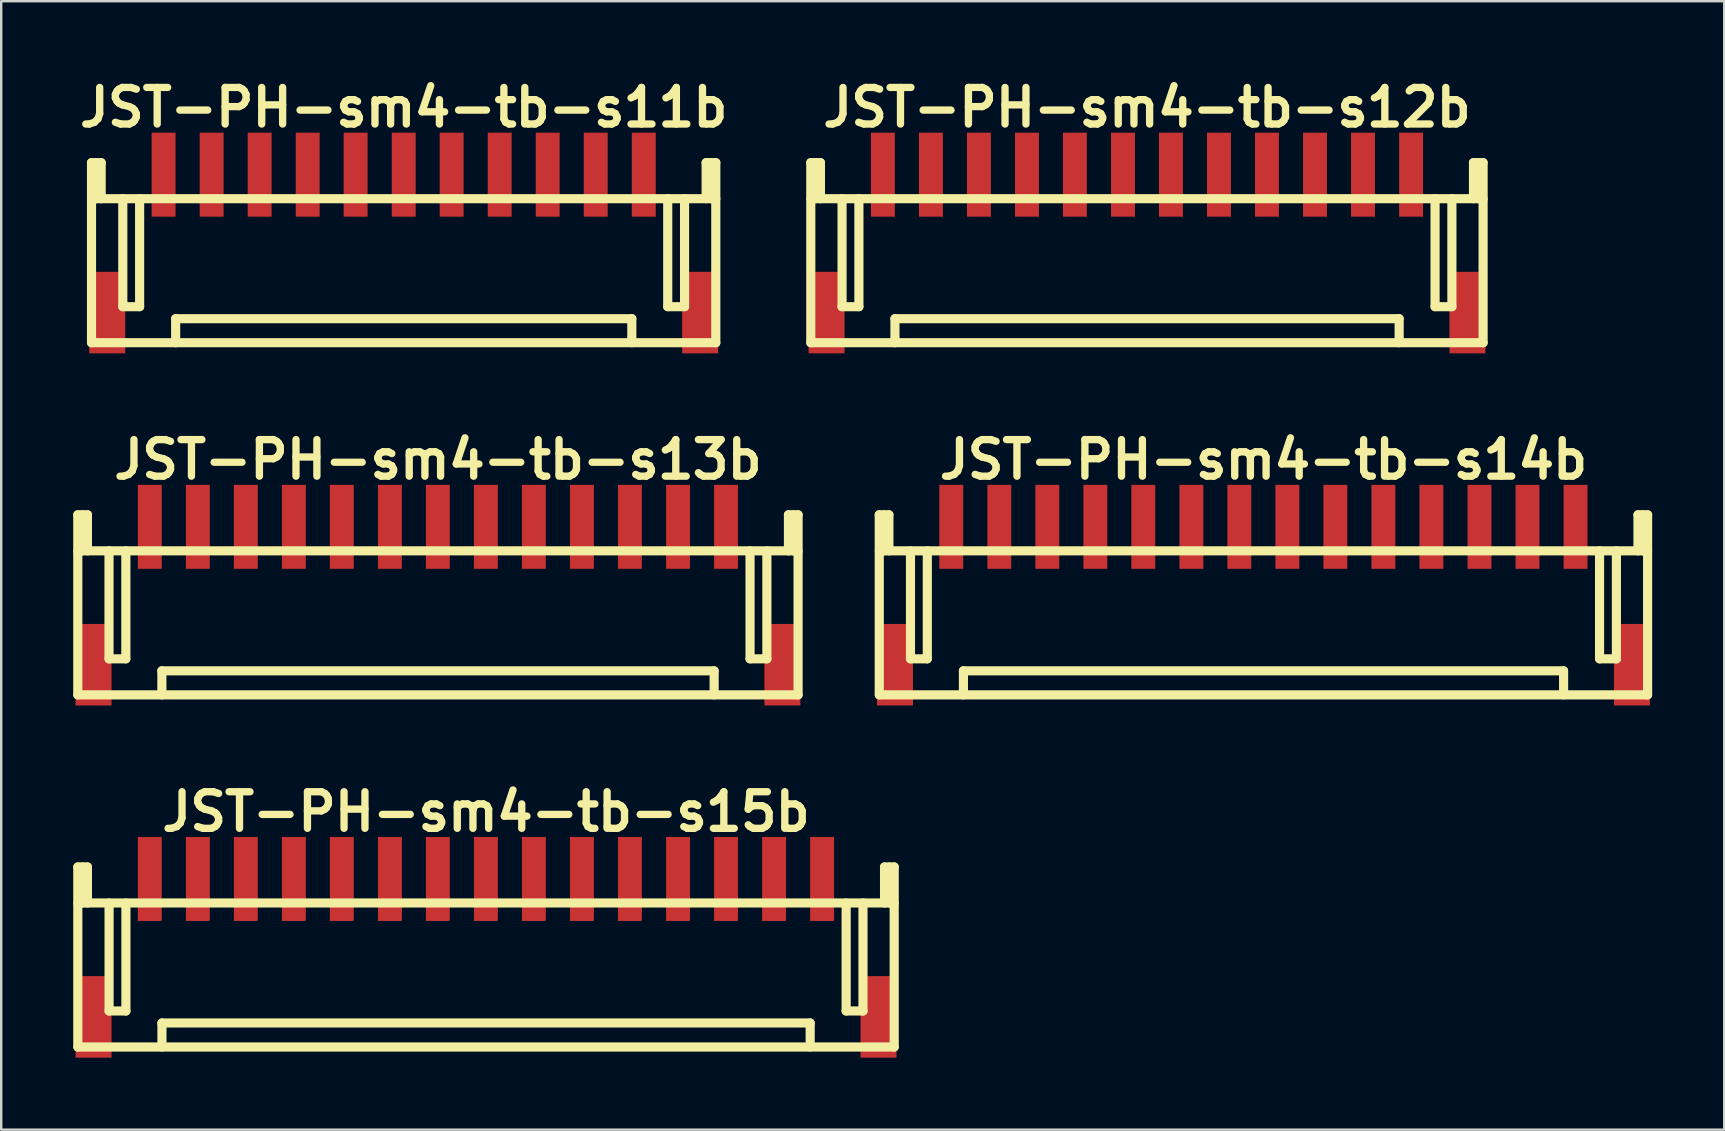
<source format=kicad_pcb>
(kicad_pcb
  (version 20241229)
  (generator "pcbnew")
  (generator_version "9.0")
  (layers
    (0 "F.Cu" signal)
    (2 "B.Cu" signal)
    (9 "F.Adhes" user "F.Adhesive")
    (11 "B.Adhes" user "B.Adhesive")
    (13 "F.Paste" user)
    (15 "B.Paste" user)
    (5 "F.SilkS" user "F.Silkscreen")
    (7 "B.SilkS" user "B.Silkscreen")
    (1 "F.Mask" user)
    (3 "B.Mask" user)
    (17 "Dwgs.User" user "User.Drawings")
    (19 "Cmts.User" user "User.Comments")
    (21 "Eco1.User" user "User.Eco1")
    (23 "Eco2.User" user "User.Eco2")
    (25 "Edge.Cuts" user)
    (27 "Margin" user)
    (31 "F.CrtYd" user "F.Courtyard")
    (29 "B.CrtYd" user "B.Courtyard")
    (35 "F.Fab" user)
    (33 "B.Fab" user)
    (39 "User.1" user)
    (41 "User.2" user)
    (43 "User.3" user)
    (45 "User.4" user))
  (footprint "JST-PH-sm4-tb-s14b"
    (layer "F.Cu")
    (at 49.581 18.895)
    (property "Reference" "JST-PH-sm4-tb-s14b" (at 0 -2.799 0) (layer "F.SilkS") (effects (font (size 1.524 1.524) (thickness 0.305))))
    (attr through_hole)
    (fp_line (start -16.005 7) (end -16.005 -0.5) (stroke (width 0.381) (type solid)) (layer "F.SilkS"))
    (fp_line (start -15.999 7) (end 15.999 7) (stroke (width 0.381) (type solid)) (layer "F.SilkS"))
    (fp_line (start -15.804 -0.5) (end -15.804 1.001) (stroke (width 0.381) (type solid)) (layer "F.SilkS"))
    (fp_line (start -15.603 -0.5) (end -16.005 -0.5) (stroke (width 0.381) (type solid)) (layer "F.SilkS"))
    (fp_line (start -15.603 1.001) (end -15.603 -0.5) (stroke (width 0.381) (type solid)) (layer "F.SilkS"))
    (fp_line (start -14.704 5.499) (end -14.704 1.001) (stroke (width 0.381) (type solid)) (layer "F.SilkS"))
    (fp_line (start -14.003 1.001) (end -14.003 5.499) (stroke (width 0.381) (type solid)) (layer "F.SilkS"))
    (fp_line (start -14.003 5.499) (end -14.704 5.499) (stroke (width 0.381) (type solid)) (layer "F.SilkS"))
    (fp_line (start -12.499 7) (end -12.499 5.999) (stroke (width 0.381) (type solid)) (layer "F.SilkS"))
    (fp_line (start 12.499 5.999) (end -12.499 5.999) (stroke (width 0.381) (type solid)) (layer "F.SilkS"))
    (fp_line (start 12.502 5.999) (end 12.502 6.998) (stroke (width 0.381) (type solid)) (layer "F.SilkS"))
    (fp_line (start 14 1.001) (end 14 5.499) (stroke (width 0.381) (type solid)) (layer "F.SilkS"))
    (fp_line (start 14 5.499) (end 14.702 5.499) (stroke (width 0.381) (type solid)) (layer "F.SilkS"))
    (fp_line (start 14.702 5.499) (end 14.702 1.001) (stroke (width 0.381) (type solid)) (layer "F.SilkS"))
    (fp_line (start 15.601 -0.5) (end 15.601 1.001) (stroke (width 0.381) (type solid)) (layer "F.SilkS"))
    (fp_line (start 15.801 1.001) (end 15.801 -0.5) (stroke (width 0.381) (type solid)) (layer "F.SilkS"))
    (fp_line (start 15.999 1.001) (end -15.999 1.001) (stroke (width 0.381) (type solid)) (layer "F.SilkS"))
    (fp_line (start 16.002 -0.5) (end 15.601 -0.5) (stroke (width 0.381) (type solid)) (layer "F.SilkS"))
    (fp_line (start 16.002 -0.5) (end 16.002 7) (stroke (width 0.381) (type solid)) (layer "F.SilkS"))
    (pad "" smd rect (at -15.349 5.745) (size 1.499 3.396) (layers "F.Cu" "F.Mask" "F.Paste"))
    (pad "" smd rect (at 15.349 5.745) (size 1.499 3.396) (layers "F.Cu" "F.Mask" "F.Paste"))
    (pad "1" smd rect (at -13.005 0) (size 0.996 3.498) (layers "F.Cu" "F.Mask" "F.Paste"))
    (pad "2" smd rect (at -11.003 0) (size 0.996 3.498) (layers "F.Cu" "F.Mask" "F.Paste"))
    (pad "3" smd rect (at -9.004 0) (size 0.996 3.498) (layers "F.Cu" "F.Mask" "F.Paste"))
    (pad "4" smd rect (at -7.003 0) (size 0.996 3.498) (layers "F.Cu" "F.Mask" "F.Paste"))
    (pad "5" smd rect (at -5.006 0) (size 0.996 3.498) (layers "F.Cu" "F.Mask" "F.Paste"))
    (pad "6" smd rect (at -3.002 0) (size 0.996 3.498) (layers "F.Cu" "F.Mask" "F.Paste"))
    (pad "7" smd rect (at -1.006 0) (size 0.996 3.498) (layers "F.Cu" "F.Mask" "F.Paste"))
    (pad "8" smd rect (at 0.996 0) (size 0.996 3.498) (layers "F.Cu" "F.Mask" "F.Paste"))
    (pad "9" smd rect (at 2.995 0) (size 0.996 3.498) (layers "F.Cu" "F.Mask" "F.Paste"))
    (pad "10" smd rect (at 4.996 0) (size 0.996 3.498) (layers "F.Cu" "F.Mask" "F.Paste"))
    (pad "11" smd rect (at 6.995 0) (size 0.996 3.498) (layers "F.Cu" "F.Mask" "F.Paste"))
    (pad "12" smd rect (at 8.999 0) (size 0.996 3.498) (layers "F.Cu" "F.Mask" "F.Paste"))
    (pad "13" smd rect (at 10.998 0) (size 0.996 3.498) (layers "F.Cu" "F.Mask" "F.Paste"))
    (pad "14" smd rect (at 13 0) (size 0.996 3.498) (layers "F.Cu" "F.Mask" "F.Paste")))
  (footprint "JST-PH-sm4-tb-s15b"
    (layer "F.Cu")
    (at 17.196 33.564)
    (property "Reference" "JST-PH-sm4-tb-s15b" (at 0 -2.799 0) (layer "F.SilkS") (effects (font (size 1.524 1.524) (thickness 0.305))))
    (attr through_hole)
    (fp_line (start -17.005 7) (end -17.005 -0.5) (stroke (width 0.381) (type solid)) (layer "F.SilkS"))
    (fp_line (start -17 7) (end 17 7) (stroke (width 0.381) (type solid)) (layer "F.SilkS"))
    (fp_line (start -16.805 -0.5) (end -16.805 1.001) (stroke (width 0.381) (type solid)) (layer "F.SilkS"))
    (fp_line (start -16.604 -0.5) (end -17.005 -0.5) (stroke (width 0.381) (type solid)) (layer "F.SilkS"))
    (fp_line (start -16.604 1.001) (end -16.604 -0.5) (stroke (width 0.381) (type solid)) (layer "F.SilkS"))
    (fp_line (start -15.702 5.499) (end -15.702 1.001) (stroke (width 0.381) (type solid)) (layer "F.SilkS"))
    (fp_line (start -15.001 1.001) (end -15.001 5.499) (stroke (width 0.381) (type solid)) (layer "F.SilkS"))
    (fp_line (start -15.001 5.499) (end -15.702 5.499) (stroke (width 0.381) (type solid)) (layer "F.SilkS"))
    (fp_line (start -13.5 7) (end -13.5 5.999) (stroke (width 0.381) (type solid)) (layer "F.SilkS"))
    (fp_line (start 13.5 5.999) (end -13.5 5.999) (stroke (width 0.381) (type solid)) (layer "F.SilkS"))
    (fp_line (start 13.503 5.999) (end 13.503 6.998) (stroke (width 0.381) (type solid)) (layer "F.SilkS"))
    (fp_line (start 15.001 1.001) (end 15.001 5.499) (stroke (width 0.381) (type solid)) (layer "F.SilkS"))
    (fp_line (start 15.001 5.499) (end 15.702 5.499) (stroke (width 0.381) (type solid)) (layer "F.SilkS"))
    (fp_line (start 15.702 5.499) (end 15.702 1.001) (stroke (width 0.381) (type solid)) (layer "F.SilkS"))
    (fp_line (start 16.601 -0.5) (end 16.601 1.001) (stroke (width 0.381) (type solid)) (layer "F.SilkS"))
    (fp_line (start 16.802 1.001) (end 16.802 -0.5) (stroke (width 0.381) (type solid)) (layer "F.SilkS"))
    (fp_line (start 17 1.001) (end -17 1.001) (stroke (width 0.381) (type solid)) (layer "F.SilkS"))
    (fp_line (start 17.003 -0.5) (end 16.601 -0.5) (stroke (width 0.381) (type solid)) (layer "F.SilkS"))
    (fp_line (start 17.003 -0.5) (end 17.003 7) (stroke (width 0.381) (type solid)) (layer "F.SilkS"))
    (pad "" smd rect (at -16.35 5.745) (size 1.499 3.396) (layers "F.Cu" "F.Mask" "F.Paste"))
    (pad "" smd rect (at 16.35 5.745) (size 1.499 3.396) (layers "F.Cu" "F.Mask" "F.Paste"))
    (pad "1" smd rect (at -14.006 0) (size 0.996 3.498) (layers "F.Cu" "F.Mask" "F.Paste"))
    (pad "2" smd rect (at -12.004 0) (size 0.996 3.498) (layers "F.Cu" "F.Mask" "F.Paste"))
    (pad "3" smd rect (at -10.005 0) (size 0.996 3.498) (layers "F.Cu" "F.Mask" "F.Paste"))
    (pad "4" smd rect (at -8.004 0) (size 0.996 3.498) (layers "F.Cu" "F.Mask" "F.Paste"))
    (pad "5" smd rect (at -6.007 0) (size 0.996 3.498) (layers "F.Cu" "F.Mask" "F.Paste"))
    (pad "6" smd rect (at -4.003 0) (size 0.996 3.498) (layers "F.Cu" "F.Mask" "F.Paste"))
    (pad "7" smd rect (at -2.007 0) (size 0.996 3.498) (layers "F.Cu" "F.Mask" "F.Paste"))
    (pad "8" smd rect (at -0.005 0) (size 0.996 3.498) (layers "F.Cu" "F.Mask" "F.Paste"))
    (pad "9" smd rect (at 1.994 0) (size 0.996 3.498) (layers "F.Cu" "F.Mask" "F.Paste"))
    (pad "10" smd rect (at 3.995 0) (size 0.996 3.498) (layers "F.Cu" "F.Mask" "F.Paste"))
    (pad "11" smd rect (at 5.994 0) (size 0.996 3.498) (layers "F.Cu" "F.Mask" "F.Paste"))
    (pad "12" smd rect (at 7.998 0) (size 0.996 3.498) (layers "F.Cu" "F.Mask" "F.Paste"))
    (pad "13" smd rect (at 9.997 0) (size 0.996 3.498) (layers "F.Cu" "F.Mask" "F.Paste"))
    (pad "14" smd rect (at 11.999 0) (size 0.996 3.498) (layers "F.Cu" "F.Mask" "F.Paste"))
    (pad "15" smd rect (at 14 0) (size 0.996 3.498) (layers "F.Cu" "F.Mask" "F.Paste")))
  (footprint "JST-PH-sm4-tb-s13b"
    (layer "F.Cu")
    (at 15.194 18.895)
    (property "Reference" "JST-PH-sm4-tb-s13b" (at 0 -2.799 0) (layer "F.SilkS") (effects (font (size 1.524 1.524) (thickness 0.305))))
    (attr through_hole)
    (fp_line (start -15.004 7) (end -15.004 -0.5) (stroke (width 0.381) (type solid)) (layer "F.SilkS"))
    (fp_line (start -15.001 1.001) (end 15.001 1.001) (stroke (width 0.381) (type solid)) (layer "F.SilkS"))
    (fp_line (start -14.803 -0.5) (end -14.803 1.001) (stroke (width 0.381) (type solid)) (layer "F.SilkS"))
    (fp_line (start -14.602 -0.5) (end -15.004 -0.5) (stroke (width 0.381) (type solid)) (layer "F.SilkS"))
    (fp_line (start -14.602 1.001) (end -14.602 -0.5) (stroke (width 0.381) (type solid)) (layer "F.SilkS"))
    (fp_line (start -13.703 5.499) (end -13.703 1.001) (stroke (width 0.381) (type solid)) (layer "F.SilkS"))
    (fp_line (start -13.002 1.001) (end -13.002 5.499) (stroke (width 0.381) (type solid)) (layer "F.SilkS"))
    (fp_line (start -13.002 5.499) (end -13.703 5.499) (stroke (width 0.381) (type solid)) (layer "F.SilkS"))
    (fp_line (start -11.501 5.999) (end 11.501 5.999) (stroke (width 0.381) (type solid)) (layer "F.SilkS"))
    (fp_line (start -11.501 7) (end -11.501 5.999) (stroke (width 0.381) (type solid)) (layer "F.SilkS"))
    (fp_line (start 11.504 5.999) (end 11.504 6.998) (stroke (width 0.381) (type solid)) (layer "F.SilkS"))
    (fp_line (start 13 1.001) (end 13 5.499) (stroke (width 0.381) (type solid)) (layer "F.SilkS"))
    (fp_line (start 13 5.499) (end 13.701 5.499) (stroke (width 0.381) (type solid)) (layer "F.SilkS"))
    (fp_line (start 13.701 5.499) (end 13.701 1.001) (stroke (width 0.381) (type solid)) (layer "F.SilkS"))
    (fp_line (start 14.6 -0.5) (end 14.6 1.001) (stroke (width 0.381) (type solid)) (layer "F.SilkS"))
    (fp_line (start 14.801 1.001) (end 14.801 -0.5) (stroke (width 0.381) (type solid)) (layer "F.SilkS"))
    (fp_line (start 15.001 -0.5) (end 14.6 -0.5) (stroke (width 0.381) (type solid)) (layer "F.SilkS"))
    (fp_line (start 15.001 -0.5) (end 15.001 7) (stroke (width 0.381) (type solid)) (layer "F.SilkS"))
    (fp_line (start 15.001 7) (end -15.001 7) (stroke (width 0.381) (type solid)) (layer "F.SilkS"))
    (pad "" smd rect (at -14.348 5.745) (size 1.499 3.396) (layers "F.Cu" "F.Mask" "F.Paste"))
    (pad "" smd rect (at 14.348 5.745) (size 1.499 3.396) (layers "F.Cu" "F.Mask" "F.Paste"))
    (pad "1" smd rect (at -12.004 0) (size 0.996 3.498) (layers "F.Cu" "F.Mask" "F.Paste"))
    (pad "2" smd rect (at -10.003 0) (size 0.996 3.498) (layers "F.Cu" "F.Mask" "F.Paste"))
    (pad "3" smd rect (at -8.004 0) (size 0.996 3.498) (layers "F.Cu" "F.Mask" "F.Paste"))
    (pad "4" smd rect (at -6.002 0) (size 0.996 3.498) (layers "F.Cu" "F.Mask" "F.Paste"))
    (pad "5" smd rect (at -4.006 0) (size 0.996 3.498) (layers "F.Cu" "F.Mask" "F.Paste"))
    (pad "6" smd rect (at -2.002 0) (size 0.996 3.498) (layers "F.Cu" "F.Mask" "F.Paste"))
    (pad "7" smd rect (at -0.005 0) (size 0.996 3.498) (layers "F.Cu" "F.Mask" "F.Paste"))
    (pad "8" smd rect (at 1.996 0) (size 0.996 3.498) (layers "F.Cu" "F.Mask" "F.Paste"))
    (pad "9" smd rect (at 3.995 0) (size 0.996 3.498) (layers "F.Cu" "F.Mask" "F.Paste"))
    (pad "10" smd rect (at 5.997 0) (size 0.996 3.498) (layers "F.Cu" "F.Mask" "F.Paste"))
    (pad "11" smd rect (at 7.996 0) (size 0.996 3.498) (layers "F.Cu" "F.Mask" "F.Paste"))
    (pad "12" smd rect (at 10 0) (size 0.996 3.498) (layers "F.Cu" "F.Mask" "F.Paste"))
    (pad "13" smd rect (at 11.999 0) (size 0.996 3.498) (layers "F.Cu" "F.Mask" "F.Paste")))
  (footprint "JST-PH-sm4-tb-s11b"
    (layer "F.Cu")
    (at 13.767 4.226)
    (property "Reference" "JST-PH-sm4-tb-s11b" (at 0 -2.799 0) (layer "F.SilkS") (effects (font (size 1.524 1.524) (thickness 0.305))))
    (attr through_hole)
    (fp_line (start -13.005 7) (end -13.005 -0.5) (stroke (width 0.381) (type solid)) (layer "F.SilkS"))
    (fp_line (start -13 1.001) (end 13 1.001) (stroke (width 0.381) (type solid)) (layer "F.SilkS"))
    (fp_line (start -13 7) (end 13 7) (stroke (width 0.381) (type solid)) (layer "F.SilkS"))
    (fp_line (start -12.804 -0.5) (end -12.804 1.001) (stroke (width 0.381) (type solid)) (layer "F.SilkS"))
    (fp_line (start -12.603 -0.5) (end -13.005 -0.5) (stroke (width 0.381) (type solid)) (layer "F.SilkS"))
    (fp_line (start -12.603 1.001) (end -12.603 -0.5) (stroke (width 0.381) (type solid)) (layer "F.SilkS"))
    (fp_line (start -11.702 5.499) (end -11.702 1.001) (stroke (width 0.381) (type solid)) (layer "F.SilkS"))
    (fp_line (start -11.001 1.001) (end -11.001 5.499) (stroke (width 0.381) (type solid)) (layer "F.SilkS"))
    (fp_line (start -11.001 5.499) (end -11.702 5.499) (stroke (width 0.381) (type solid)) (layer "F.SilkS"))
    (fp_line (start -9.5 7) (end -9.5 5.999) (stroke (width 0.381) (type solid)) (layer "F.SilkS"))
    (fp_line (start 9.5 5.999) (end -9.5 5.999) (stroke (width 0.381) (type solid)) (layer "F.SilkS"))
    (fp_line (start 9.502 5.999) (end 9.502 6.998) (stroke (width 0.381) (type solid)) (layer "F.SilkS"))
    (fp_line (start 10.998 1.001) (end 10.998 5.499) (stroke (width 0.381) (type solid)) (layer "F.SilkS"))
    (fp_line (start 10.998 5.499) (end 11.699 5.499) (stroke (width 0.381) (type solid)) (layer "F.SilkS"))
    (fp_line (start 11.699 5.499) (end 11.699 1.001) (stroke (width 0.381) (type solid)) (layer "F.SilkS"))
    (fp_line (start 12.598 -0.5) (end 12.598 1.001) (stroke (width 0.381) (type solid)) (layer "F.SilkS"))
    (fp_line (start 12.799 1.001) (end 12.799 -0.5) (stroke (width 0.381) (type solid)) (layer "F.SilkS"))
    (fp_line (start 13 -0.5) (end 12.598 -0.5) (stroke (width 0.381) (type solid)) (layer "F.SilkS"))
    (fp_line (start 13 -0.5) (end 13 7) (stroke (width 0.381) (type solid)) (layer "F.SilkS"))
    (pad "" smd rect (at -12.349 5.745) (size 1.499 3.396) (layers "F.Cu" "F.Mask" "F.Paste"))
    (pad "" smd rect (at 12.349 5.745) (size 1.499 3.396) (layers "F.Cu" "F.Mask" "F.Paste"))
    (pad "1" smd rect (at -10.003 0) (size 0.996 3.498) (layers "F.Cu" "F.Mask" "F.Paste"))
    (pad "2" smd rect (at -8.001 0) (size 0.996 3.498) (layers "F.Cu" "F.Mask" "F.Paste"))
    (pad "3" smd rect (at -6.002 0) (size 0.996 3.498) (layers "F.Cu" "F.Mask" "F.Paste"))
    (pad "4" smd rect (at -4 0) (size 0.996 3.498) (layers "F.Cu" "F.Mask" "F.Paste"))
    (pad "5" smd rect (at -2.004 0) (size 0.996 3.498) (layers "F.Cu" "F.Mask" "F.Paste"))
    (pad "6" smd rect (at 0 0) (size 0.996 3.498) (layers "F.Cu" "F.Mask" "F.Paste"))
    (pad "7" smd rect (at 1.996 0) (size 0.996 3.498) (layers "F.Cu" "F.Mask" "F.Paste"))
    (pad "8" smd rect (at 3.998 0) (size 0.996 3.498) (layers "F.Cu" "F.Mask" "F.Paste"))
    (pad "9" smd rect (at 5.997 0) (size 0.996 3.498) (layers "F.Cu" "F.Mask" "F.Paste"))
    (pad "10" smd rect (at 7.998 0) (size 0.996 3.498) (layers "F.Cu" "F.Mask" "F.Paste"))
    (pad "11" smd rect (at 10 0) (size 0.996 3.498) (layers "F.Cu" "F.Mask" "F.Paste")))
  (footprint "JST-PH-sm4-tb-s12b"
    (layer "F.Cu")
    (at 44.73 4.226)
    (property "Reference" "JST-PH-sm4-tb-s12b" (at 0 -2.799 0) (layer "F.SilkS") (effects (font (size 1.524 1.524) (thickness 0.305))))
    (attr through_hole)
    (fp_line (start -14.006 7) (end -14.006 -0.5) (stroke (width 0.381) (type solid)) (layer "F.SilkS"))
    (fp_line (start -14 1.001) (end 14 1.001) (stroke (width 0.381) (type solid)) (layer "F.SilkS"))
    (fp_line (start -14 7) (end 14 7) (stroke (width 0.381) (type solid)) (layer "F.SilkS"))
    (fp_line (start -13.805 -0.5) (end -13.805 1.001) (stroke (width 0.381) (type solid)) (layer "F.SilkS"))
    (fp_line (start -13.604 -0.5) (end -14.006 -0.5) (stroke (width 0.381) (type solid)) (layer "F.SilkS"))
    (fp_line (start -13.604 1.001) (end -13.604 -0.5) (stroke (width 0.381) (type solid)) (layer "F.SilkS"))
    (fp_line (start -12.703 5.499) (end -12.703 1.001) (stroke (width 0.381) (type solid)) (layer "F.SilkS"))
    (fp_line (start -12.002 1.001) (end -12.002 5.499) (stroke (width 0.381) (type solid)) (layer "F.SilkS"))
    (fp_line (start -12.002 5.499) (end -12.703 5.499) (stroke (width 0.381) (type solid)) (layer "F.SilkS"))
    (fp_line (start -10.5 7) (end -10.5 5.999) (stroke (width 0.381) (type solid)) (layer "F.SilkS"))
    (fp_line (start 10.5 5.999) (end -10.5 5.999) (stroke (width 0.381) (type solid)) (layer "F.SilkS"))
    (fp_line (start 10.503 5.999) (end 10.503 6.998) (stroke (width 0.381) (type solid)) (layer "F.SilkS"))
    (fp_line (start 11.999 1.001) (end 11.999 5.499) (stroke (width 0.381) (type solid)) (layer "F.SilkS"))
    (fp_line (start 11.999 5.499) (end 12.7 5.499) (stroke (width 0.381) (type solid)) (layer "F.SilkS"))
    (fp_line (start 12.7 5.499) (end 12.7 1.001) (stroke (width 0.381) (type solid)) (layer "F.SilkS"))
    (fp_line (start 13.599 -0.5) (end 13.599 1.001) (stroke (width 0.381) (type solid)) (layer "F.SilkS"))
    (fp_line (start 13.8 1.001) (end 13.8 -0.5) (stroke (width 0.381) (type solid)) (layer "F.SilkS"))
    (fp_line (start 14 -0.5) (end 13.599 -0.5) (stroke (width 0.381) (type solid)) (layer "F.SilkS"))
    (fp_line (start 14 -0.5) (end 14 7) (stroke (width 0.381) (type solid)) (layer "F.SilkS"))
    (pad "" smd rect (at -13.348 5.745) (size 1.499 3.396) (layers "F.Cu" "F.Mask" "F.Paste"))
    (pad "" smd rect (at 13.348 5.745) (size 1.499 3.396) (layers "F.Cu" "F.Mask" "F.Paste"))
    (pad "1" smd rect (at -11.003 0) (size 0.996 3.498) (layers "F.Cu" "F.Mask" "F.Paste"))
    (pad "2" smd rect (at -9.002 0) (size 0.996 3.498) (layers "F.Cu" "F.Mask" "F.Paste"))
    (pad "3" smd rect (at -7.003 0) (size 0.996 3.498) (layers "F.Cu" "F.Mask" "F.Paste"))
    (pad "4" smd rect (at -5.001 0) (size 0.996 3.498) (layers "F.Cu" "F.Mask" "F.Paste"))
    (pad "5" smd rect (at -3.005 0) (size 0.996 3.498) (layers "F.Cu" "F.Mask" "F.Paste"))
    (pad "6" smd rect (at -1.001 0) (size 0.996 3.498) (layers "F.Cu" "F.Mask" "F.Paste"))
    (pad "7" smd rect (at 0.996 0) (size 0.996 3.498) (layers "F.Cu" "F.Mask" "F.Paste"))
    (pad "8" smd rect (at 2.997 0) (size 0.996 3.498) (layers "F.Cu" "F.Mask" "F.Paste"))
    (pad "9" smd rect (at 4.996 0) (size 0.996 3.498) (layers "F.Cu" "F.Mask" "F.Paste"))
    (pad "10" smd rect (at 6.998 0) (size 0.996 3.498) (layers "F.Cu" "F.Mask" "F.Paste"))
    (pad "11" smd rect (at 8.997 0) (size 0.996 3.498) (layers "F.Cu" "F.Mask" "F.Paste"))
    (pad "12" smd rect (at 11.001 0) (size 0.996 3.498) (layers "F.Cu" "F.Mask" "F.Paste")))
  (gr_rect
    (start -3 -3)
    (end 68.774 44.007)
    (stroke (width 0.1) (type default))
    (fill no)
    (layer "Edge.Cuts")))
</source>
